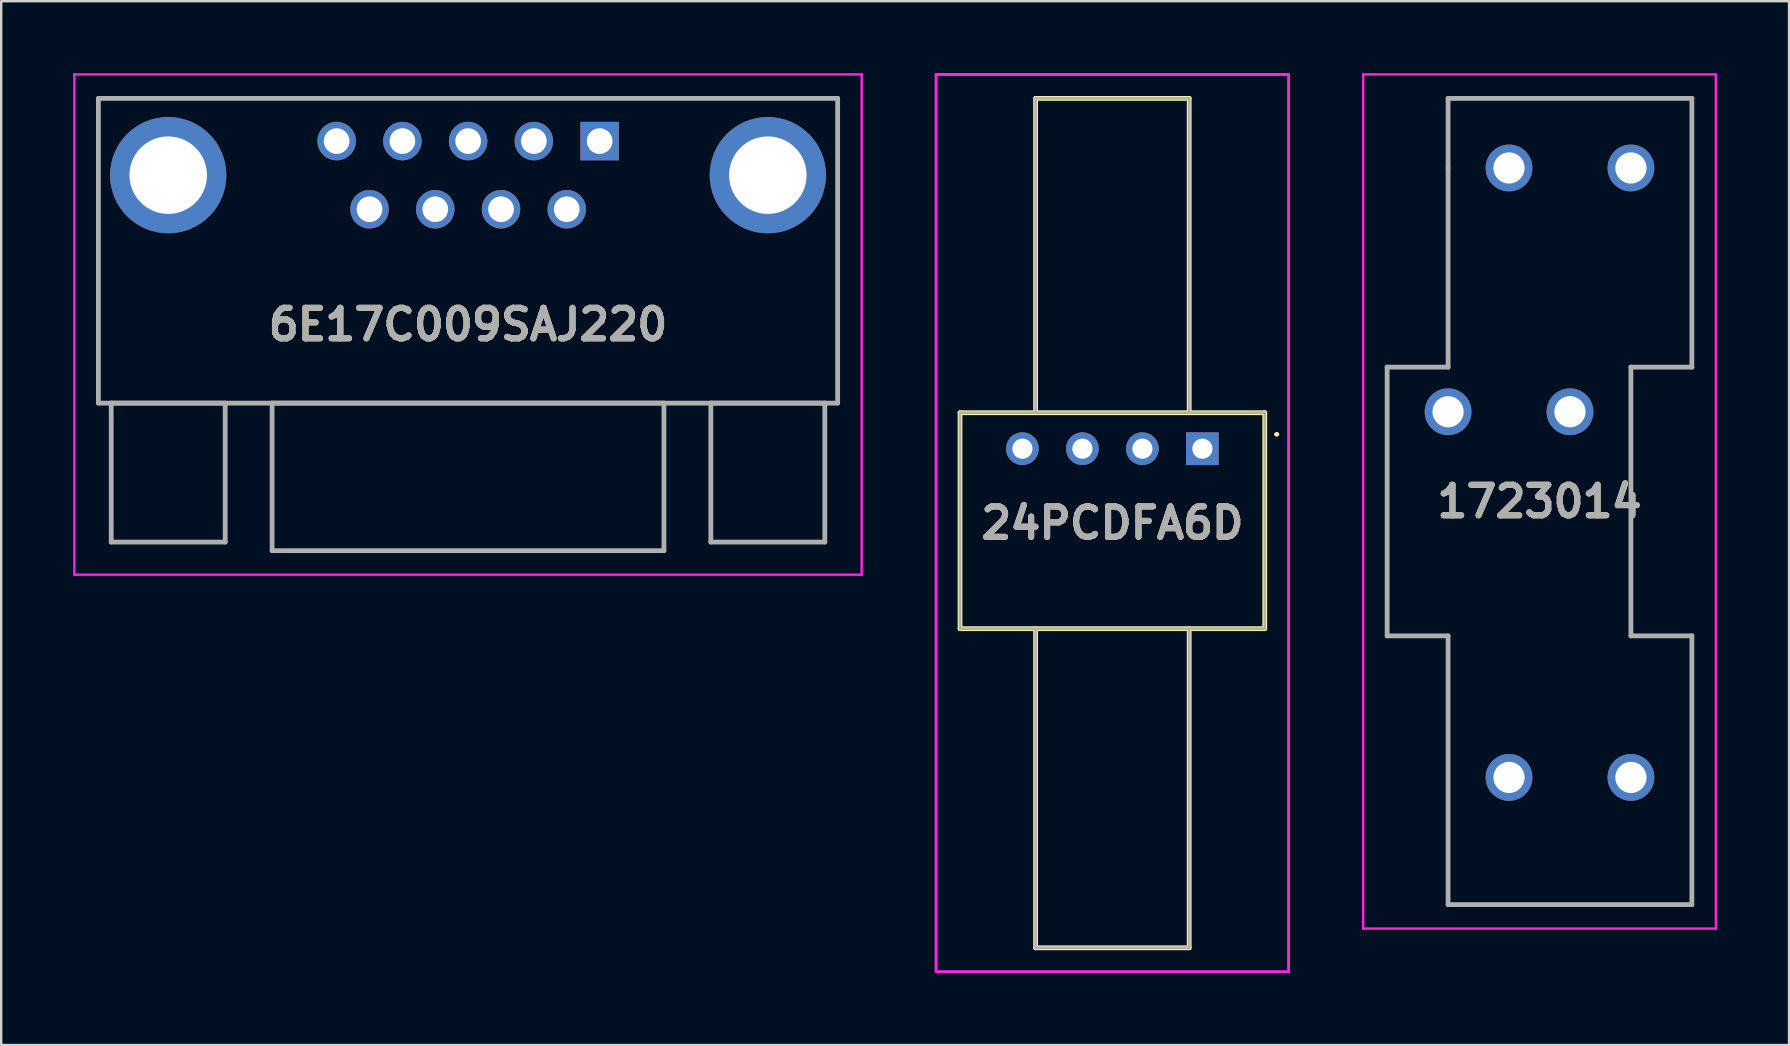
<source format=kicad_pcb>
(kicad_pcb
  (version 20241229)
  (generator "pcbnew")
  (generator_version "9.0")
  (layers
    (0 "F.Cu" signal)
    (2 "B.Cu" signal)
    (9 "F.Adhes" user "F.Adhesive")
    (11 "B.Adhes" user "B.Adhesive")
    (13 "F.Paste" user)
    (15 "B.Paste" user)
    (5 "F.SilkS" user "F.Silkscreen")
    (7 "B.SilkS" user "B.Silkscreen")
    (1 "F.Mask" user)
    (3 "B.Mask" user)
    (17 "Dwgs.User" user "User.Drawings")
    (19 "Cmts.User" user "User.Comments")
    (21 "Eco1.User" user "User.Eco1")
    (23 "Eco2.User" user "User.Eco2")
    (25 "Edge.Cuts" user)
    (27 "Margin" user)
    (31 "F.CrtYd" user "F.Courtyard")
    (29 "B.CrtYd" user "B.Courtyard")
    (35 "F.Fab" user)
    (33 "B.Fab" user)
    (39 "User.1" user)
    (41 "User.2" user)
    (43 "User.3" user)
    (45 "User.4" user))
  (footprint "6E17C009SAJ220"
    (layer "F.Cu")
    (at 21.94 2.83)
    (property "Reference" "6E17C009SAJ220" (at -5.485 7.645 0) (layer "F.SilkS") (effects (font (size 1.27 1.27) (thickness 0.254))))
    (attr through_hole)
    (fp_line (start -20.89 -1.78) (end -20.89 10.92) (stroke (width 0.1) (type solid)) (layer "F.SilkS"))
    (fp_line (start -20.89 10.92) (end 9.92 10.92) (stroke (width 0.1) (type solid)) (layer "F.SilkS"))
    (fp_line (start -20.355 10.92) (end -20.355 16.71) (stroke (width 0.1) (type solid)) (layer "F.SilkS"))
    (fp_line (start -20.355 16.71) (end -15.605 16.71) (stroke (width 0.1) (type solid)) (layer "F.SilkS"))
    (fp_line (start -15.605 10.92) (end -20.355 10.92) (stroke (width 0.1) (type solid)) (layer "F.SilkS"))
    (fp_line (start -15.605 16.71) (end -15.605 10.92) (stroke (width 0.1) (type solid)) (layer "F.SilkS"))
    (fp_line (start -13.65 10.92) (end -13.65 17.07) (stroke (width 0.1) (type solid)) (layer "F.SilkS"))
    (fp_line (start -13.65 17.07) (end 2.68 17.07) (stroke (width 0.1) (type solid)) (layer "F.SilkS"))
    (fp_line (start 2.68 10.92) (end -13.65 10.92) (stroke (width 0.1) (type solid)) (layer "F.SilkS"))
    (fp_line (start 2.68 17.07) (end 2.68 10.92) (stroke (width 0.1) (type solid)) (layer "F.SilkS"))
    (fp_line (start 4.635 10.92) (end 4.635 16.71) (stroke (width 0.1) (type solid)) (layer "F.SilkS"))
    (fp_line (start 4.635 16.71) (end 9.385 16.71) (stroke (width 0.1) (type solid)) (layer "F.SilkS"))
    (fp_line (start 9.385 10.92) (end 4.635 10.92) (stroke (width 0.1) (type solid)) (layer "F.SilkS"))
    (fp_line (start 9.385 16.71) (end 9.385 10.92) (stroke (width 0.1) (type solid)) (layer "F.SilkS"))
    (fp_line (start 9.92 -1.78) (end -20.89 -1.78) (stroke (width 0.1) (type solid)) (layer "F.SilkS"))
    (fp_line (start 9.92 10.92) (end 9.92 -1.78) (stroke (width 0.1) (type solid)) (layer "F.SilkS"))
    (fp_line (start -21.89 -2.78) (end -21.89 18.07) (stroke (width 0.1) (type solid)) (layer "F.CrtYd"))
    (fp_line (start -21.89 18.07) (end 10.92 18.07) (stroke (width 0.1) (type solid)) (layer "F.CrtYd"))
    (fp_line (start 10.92 -2.78) (end -21.89 -2.78) (stroke (width 0.1) (type solid)) (layer "F.CrtYd"))
    (fp_line (start 10.92 18.07) (end 10.92 -2.78) (stroke (width 0.1) (type solid)) (layer "F.CrtYd"))
    (fp_line (start -20.89 -1.78) (end 9.92 -1.78) (stroke (width 0.2) (type solid)) (layer "F.Fab"))
    (fp_line (start -20.89 10.92) (end -20.89 -1.78) (stroke (width 0.2) (type solid)) (layer "F.Fab"))
    (fp_line (start -20.355 10.92) (end -20.355 16.71) (stroke (width 0.2) (type solid)) (layer "F.Fab"))
    (fp_line (start -20.355 16.71) (end -15.605 16.71) (stroke (width 0.2) (type solid)) (layer "F.Fab"))
    (fp_line (start -15.605 10.92) (end -20.355 10.92) (stroke (width 0.2) (type solid)) (layer "F.Fab"))
    (fp_line (start -15.605 16.71) (end -15.605 10.92) (stroke (width 0.2) (type solid)) (layer "F.Fab"))
    (fp_line (start -13.65 10.92) (end -13.65 17.07) (stroke (width 0.2) (type solid)) (layer "F.Fab"))
    (fp_line (start -13.65 17.07) (end 2.68 17.07) (stroke (width 0.2) (type solid)) (layer "F.Fab"))
    (fp_line (start 2.68 10.92) (end -13.65 10.92) (stroke (width 0.2) (type solid)) (layer "F.Fab"))
    (fp_line (start 2.68 17.07) (end 2.68 10.92) (stroke (width 0.2) (type solid)) (layer "F.Fab"))
    (fp_line (start 4.635 10.92) (end 4.635 16.71) (stroke (width 0.2) (type solid)) (layer "F.Fab"))
    (fp_line (start 4.635 16.71) (end 9.385 16.71) (stroke (width 0.2) (type solid)) (layer "F.Fab"))
    (fp_line (start 9.385 10.92) (end 4.635 10.92) (stroke (width 0.2) (type solid)) (layer "F.Fab"))
    (fp_line (start 9.385 16.71) (end 9.385 10.92) (stroke (width 0.2) (type solid)) (layer "F.Fab"))
    (fp_line (start 9.92 -1.78) (end 9.92 10.92) (stroke (width 0.2) (type solid)) (layer "F.Fab"))
    (fp_line (start 9.92 10.92) (end -20.89 10.92) (stroke (width 0.2) (type solid)) (layer "F.Fab"))
    (fp_text user "${REFERENCE}" (at -5.485 7.645 0) (layer "F.Fab") (effects (font (size 1.27 1.27) (thickness 0.254))))
    (pad "1" thru_hole rect (at 0 0) (size 1.605 1.605) (drill 1.07) (layers "*.Cu" "*.Mask"))
    (pad "2" thru_hole circle (at -2.74 0) (size 1.605 1.605) (drill 1.07) (layers "*.Cu" "*.Mask"))
    (pad "3" thru_hole circle (at -5.48 0) (size 1.605 1.605) (drill 1.07) (layers "*.Cu" "*.Mask"))
    (pad "4" thru_hole circle (at -8.22 0) (size 1.605 1.605) (drill 1.07) (layers "*.Cu" "*.Mask"))
    (pad "5" thru_hole circle (at -10.96 0) (size 1.605 1.605) (drill 1.07) (layers "*.Cu" "*.Mask"))
    (pad "6" thru_hole circle (at -1.37 2.84) (size 1.605 1.605) (drill 1.07) (layers "*.Cu" "*.Mask"))
    (pad "7" thru_hole circle (at -4.11 2.84) (size 1.605 1.605) (drill 1.07) (layers "*.Cu" "*.Mask"))
    (pad "8" thru_hole circle (at -6.85 2.84) (size 1.605 1.605) (drill 1.07) (layers "*.Cu" "*.Mask"))
    (pad "9" thru_hole circle (at -9.59 2.84) (size 1.605 1.605) (drill 1.07) (layers "*.Cu" "*.Mask"))
    (pad "MH1" thru_hole circle (at 7.01 1.42) (size 4.845 4.845) (drill 3.23) (layers "*.Cu" "*.Mask"))
    (pad "MH2" thru_hole circle (at -17.98 1.42) (size 4.845 4.845) (drill 3.23) (layers "*.Cu" "*.Mask")))
  (footprint "24PCDFA6D"
    (layer "F.Cu")
    (at 47.06 15.65)
    (property "Reference" "24PCDFA6D" (at -3.75 3.1 0) (layer "F.SilkS") (effects (font (size 1.27 1.27) (thickness 0.254))))
    (attr through_hole)
    (fp_line (start -10.1 -1.5) (end -10.1 7.5) (stroke (width 0.2) (type solid)) (layer "F.SilkS"))
    (fp_line (start -10.1 7.5) (end 2.6 7.5) (stroke (width 0.2) (type solid)) (layer "F.SilkS"))
    (fp_line (start -6.95 -14.6) (end -0.55 -14.6) (stroke (width 0.2) (type solid)) (layer "F.SilkS"))
    (fp_line (start -6.95 -1.5) (end -6.95 -14.6) (stroke (width 0.2) (type solid)) (layer "F.SilkS"))
    (fp_line (start -6.95 7.5) (end -6.95 20.8) (stroke (width 0.2) (type solid)) (layer "F.SilkS"))
    (fp_line (start -6.95 20.8) (end -0.55 20.8) (stroke (width 0.2) (type solid)) (layer "F.SilkS"))
    (fp_line (start -0.55 -14.6) (end -0.55 -1.5) (stroke (width 0.2) (type solid)) (layer "F.SilkS"))
    (fp_line (start -0.55 20.8) (end -0.55 7.5) (stroke (width 0.2) (type solid)) (layer "F.SilkS"))
    (fp_line (start 2.6 -1.5) (end -10.1 -1.5) (stroke (width 0.2) (type solid)) (layer "F.SilkS"))
    (fp_line (start 2.6 7.5) (end 2.6 -1.5) (stroke (width 0.2) (type solid)) (layer "F.SilkS"))
    (fp_line (start 3.05 -0.6) (end 3.05 -0.6) (stroke (width 0.1) (type solid)) (layer "F.SilkS"))
    (fp_line (start 3.15 -0.6) (end 3.15 -0.6) (stroke (width 0.1) (type solid)) (layer "F.SilkS"))
    (fp_arc (start 3.05 -0.6) (mid 3.1 -0.65) (end 3.15 -0.6) (stroke (width 0.1) (type solid)) (layer "F.SilkS"))
    (fp_arc (start 3.15 -0.6) (mid 3.1 -0.55) (end 3.05 -0.6) (stroke (width 0.1) (type solid)) (layer "F.SilkS"))
    (fp_line (start -11.1 -15.6) (end -11.1 21.8) (stroke (width 0.1) (type solid)) (layer "F.CrtYd"))
    (fp_line (start -11.1 -15.6) (end 3.6 -15.6) (stroke (width 0.1) (type solid)) (layer "F.CrtYd"))
    (fp_line (start -11.1 -15.6) (end 3.6 -15.6) (stroke (width 0.1) (type solid)) (layer "F.CrtYd"))
    (fp_line (start -11.1 21.8) (end -11.1 -15.6) (stroke (width 0.1) (type solid)) (layer "F.CrtYd"))
    (fp_line (start -11.1 21.8) (end -11.1 -15.6) (stroke (width 0.1) (type solid)) (layer "F.CrtYd"))
    (fp_line (start -11.1 21.8) (end 3.6 21.8) (stroke (width 0.1) (type solid)) (layer "F.CrtYd"))
    (fp_line (start 3.6 -15.6) (end -11.1 -15.6) (stroke (width 0.1) (type solid)) (layer "F.CrtYd"))
    (fp_line (start 3.6 -15.6) (end 3.6 21.8) (stroke (width 0.1) (type solid)) (layer "F.CrtYd"))
    (fp_line (start 3.6 -15.6) (end 3.6 21.8) (stroke (width 0.1) (type solid)) (layer "F.CrtYd"))
    (fp_line (start 3.6 21.8) (end -11.1 21.8) (stroke (width 0.1) (type solid)) (layer "F.CrtYd"))
    (fp_line (start 3.6 21.8) (end -11.1 21.8) (stroke (width 0.1) (type solid)) (layer "F.CrtYd"))
    (fp_line (start 3.6 21.8) (end 3.6 -15.6) (stroke (width 0.1) (type solid)) (layer "F.CrtYd"))
    (fp_line (start -10.1 -1.5) (end -10.1 7.5) (stroke (width 0.1) (type solid)) (layer "F.Fab"))
    (fp_line (start -10.1 7.5) (end 2.6 7.5) (stroke (width 0.1) (type solid)) (layer "F.Fab"))
    (fp_line (start -6.95 -14.6) (end -0.55 -14.6) (stroke (width 0.1) (type solid)) (layer "F.Fab"))
    (fp_line (start -6.95 -1.5) (end -6.95 -14.6) (stroke (width 0.1) (type solid)) (layer "F.Fab"))
    (fp_line (start -6.95 7.5) (end -6.95 20.8) (stroke (width 0.1) (type solid)) (layer "F.Fab"))
    (fp_line (start -6.95 20.8) (end -0.55 20.8) (stroke (width 0.1) (type solid)) (layer "F.Fab"))
    (fp_line (start -0.55 -14.6) (end -0.55 -1.5) (stroke (width 0.1) (type solid)) (layer "F.Fab"))
    (fp_line (start -0.55 20.8) (end -0.55 7.5) (stroke (width 0.1) (type solid)) (layer "F.Fab"))
    (fp_line (start 2.6 -1.5) (end -10.1 -1.5) (stroke (width 0.1) (type solid)) (layer "F.Fab"))
    (fp_line (start 2.6 7.5) (end 2.6 -1.5) (stroke (width 0.1) (type solid)) (layer "F.Fab"))
    (fp_text user "${REFERENCE}" (at -3.75 3.1 0) (layer "F.Fab") (effects (font (size 1.27 1.27) (thickness 0.254))))
    (pad "1" thru_hole rect (at 0 0) (size 1.365 1.365) (drill 0.84) (layers "*.Cu" "*.Mask"))
    (pad "2" thru_hole circle (at -2.5 0) (size 1.365 1.365) (drill 0.84) (layers "*.Cu" "*.Mask"))
    (pad "3" thru_hole circle (at -5 0) (size 1.365 1.365) (drill 0.84) (layers "*.Cu" "*.Mask"))
    (pad "4" thru_hole circle (at -7.5 0) (size 1.365 1.365) (drill 0.84) (layers "*.Cu" "*.Mask")))
  (footprint "1723014"
    (layer "F.Cu")
    (at 59.84 3.95)
    (property "Reference" "1723014" (at 1.27 13.9 0) (layer "F.SilkS") (effects (font (size 1.27 1.27) (thickness 0.254))))
    (attr through_hole)
    (fp_line (start -5.08 8.3) (end -5.08 19.5) (stroke (width 0.1) (type solid)) (layer "F.SilkS"))
    (fp_line (start -5.08 19.5) (end -2.54 19.5) (stroke (width 0.1) (type solid)) (layer "F.SilkS"))
    (fp_line (start -2.54 -2.9) (end -2.54 8.3) (stroke (width 0.1) (type solid)) (layer "F.SilkS"))
    (fp_line (start -2.54 8.3) (end -5.08 8.3) (stroke (width 0.1) (type solid)) (layer "F.SilkS"))
    (fp_line (start -2.54 19.5) (end -2.54 30.7) (stroke (width 0.1) (type solid)) (layer "F.SilkS"))
    (fp_line (start -2.54 30.7) (end 7.62 30.7) (stroke (width 0.1) (type solid)) (layer "F.SilkS"))
    (fp_line (start 5.08 8.3) (end 7.62 8.3) (stroke (width 0.1) (type solid)) (layer "F.SilkS"))
    (fp_line (start 5.08 19.5) (end 5.08 8.3) (stroke (width 0.1) (type solid)) (layer "F.SilkS"))
    (fp_line (start 7.62 -2.9) (end -2.54 -2.9) (stroke (width 0.1) (type solid)) (layer "F.SilkS"))
    (fp_line (start 7.62 8.3) (end 7.62 -2.9) (stroke (width 0.1) (type solid)) (layer "F.SilkS"))
    (fp_line (start 7.62 19.5) (end 5.08 19.5) (stroke (width 0.1) (type solid)) (layer "F.SilkS"))
    (fp_line (start 7.62 30.7) (end 7.62 19.5) (stroke (width 0.1) (type solid)) (layer "F.SilkS"))
    (fp_line (start -6.08 -3.9) (end 8.62 -3.9) (stroke (width 0.1) (type solid)) (layer "F.CrtYd"))
    (fp_line (start -6.08 31.7) (end -6.08 -3.9) (stroke (width 0.1) (type solid)) (layer "F.CrtYd"))
    (fp_line (start 8.62 -3.9) (end 8.62 31.7) (stroke (width 0.1) (type solid)) (layer "F.CrtYd"))
    (fp_line (start 8.62 31.7) (end -6.08 31.7) (stroke (width 0.1) (type solid)) (layer "F.CrtYd"))
    (fp_line (start -5.08 8.3) (end -5.08 19.5) (stroke (width 0.2) (type solid)) (layer "F.Fab"))
    (fp_line (start -5.08 19.5) (end -2.54 19.5) (stroke (width 0.2) (type solid)) (layer "F.Fab"))
    (fp_line (start -2.54 -2.9) (end -2.54 0) (stroke (width 0.2) (type solid)) (layer "F.Fab"))
    (fp_line (start -2.54 0) (end -2.54 8.3) (stroke (width 0.2) (type solid)) (layer "F.Fab"))
    (fp_line (start -2.54 8.3) (end -5.08 8.3) (stroke (width 0.2) (type solid)) (layer "F.Fab"))
    (fp_line (start -2.54 19.5) (end -2.54 30.7) (stroke (width 0.2) (type solid)) (layer "F.Fab"))
    (fp_line (start -2.54 30.7) (end 7.62 30.7) (stroke (width 0.2) (type solid)) (layer "F.Fab"))
    (fp_line (start 5.08 8.3) (end 7.62 8.3) (stroke (width 0.2) (type solid)) (layer "F.Fab"))
    (fp_line (start 5.08 19.5) (end 5.08 8.3) (stroke (width 0.2) (type solid)) (layer "F.Fab"))
    (fp_line (start 7.62 -2.9) (end -2.54 -2.9) (stroke (width 0.2) (type solid)) (layer "F.Fab"))
    (fp_line (start 7.62 8.3) (end 7.62 -2.9) (stroke (width 0.2) (type solid)) (layer "F.Fab"))
    (fp_line (start 7.62 19.5) (end 5.08 19.5) (stroke (width 0.2) (type solid)) (layer "F.Fab"))
    (fp_line (start 7.62 30.7) (end 7.62 19.5) (stroke (width 0.2) (type solid)) (layer "F.Fab"))
    (fp_text user "${REFERENCE}" (at 1.27 13.9 0) (layer "F.Fab") (effects (font (size 1.27 1.27) (thickness 0.254))))
    (pad "1" thru_hole circle (at 0 0) (size 1.95 1.95) (drill 1.3) (layers "*.Cu" "*.Mask"))
    (pad "2" thru_hole circle (at -2.54 10.16) (size 1.95 1.95) (drill 1.3) (layers "*.Cu" "*.Mask"))
    (pad "3" thru_hole circle (at 0 25.4) (size 1.95 1.95) (drill 1.3) (layers "*.Cu" "*.Mask"))
    (pad "4" thru_hole circle (at 5.08 0) (size 1.95 1.95) (drill 1.3) (layers "*.Cu" "*.Mask"))
    (pad "5" thru_hole circle (at 2.54 10.16) (size 1.95 1.95) (drill 1.3) (layers "*.Cu" "*.Mask"))
    (pad "6" thru_hole circle (at 5.08 25.4) (size 1.95 1.95) (drill 1.3) (layers "*.Cu" "*.Mask")))
  (gr_rect
    (start -3 -3)
    (end 71.51 40.5)
    (stroke (width 0.1) (type default))
    (fill no)
    (layer "Edge.Cuts")))
</source>
